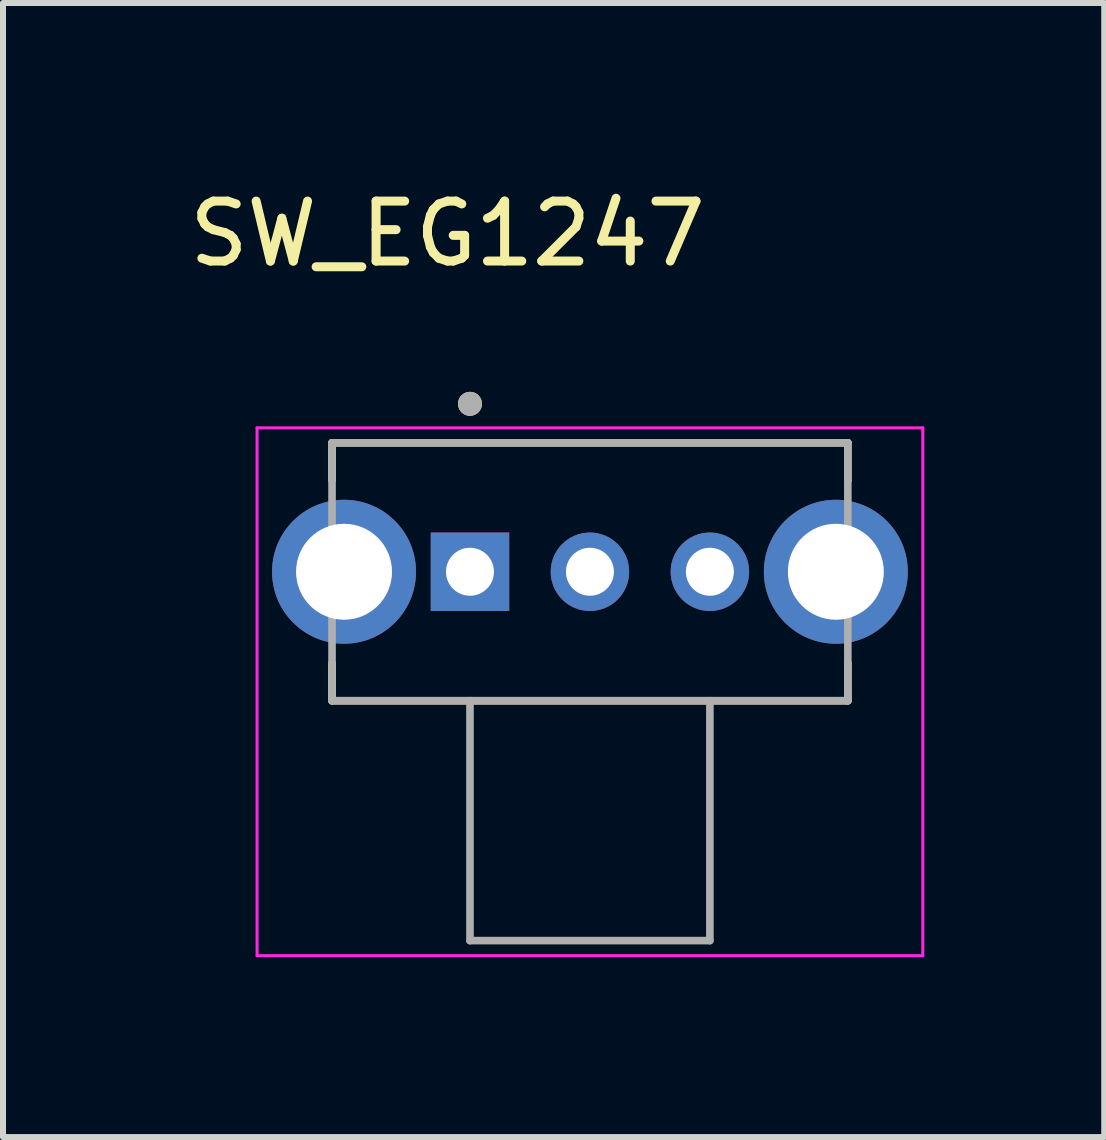
<source format=kicad_pcb>
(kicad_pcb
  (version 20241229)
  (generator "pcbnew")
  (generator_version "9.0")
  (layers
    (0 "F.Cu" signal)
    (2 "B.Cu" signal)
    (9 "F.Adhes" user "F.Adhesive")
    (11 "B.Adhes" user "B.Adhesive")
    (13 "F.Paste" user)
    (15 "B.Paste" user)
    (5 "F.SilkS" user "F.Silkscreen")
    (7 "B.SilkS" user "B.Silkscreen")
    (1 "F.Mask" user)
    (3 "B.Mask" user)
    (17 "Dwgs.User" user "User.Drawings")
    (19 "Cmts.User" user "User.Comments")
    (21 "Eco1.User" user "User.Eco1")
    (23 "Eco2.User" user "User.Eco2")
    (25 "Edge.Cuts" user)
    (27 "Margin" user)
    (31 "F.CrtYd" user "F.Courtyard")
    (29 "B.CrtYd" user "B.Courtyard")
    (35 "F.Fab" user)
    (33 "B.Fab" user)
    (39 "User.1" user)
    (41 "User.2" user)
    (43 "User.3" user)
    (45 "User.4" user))
  (footprint "SW_EG1247"
    (layer "F.Cu")
    (at 6.786 6.483)
    (property "Reference" "SW_EG1247" (at -2.375 -5.635 0) (layer "F.SilkS") (effects (font (size 1 1) (thickness 0.15))))
    (attr through_hole)
    (fp_line (start -4.3 -2.15) (end -4.3 -1.52) (stroke (width 0.127) (type solid)) (layer "F.SilkS"))
    (fp_line (start -4.3 2.15) (end -4.3 1.52) (stroke (width 0.127) (type solid)) (layer "F.SilkS"))
    (fp_line (start -4.3 2.15) (end 4.3 2.15) (stroke (width 0.127) (type solid)) (layer "F.SilkS"))
    (fp_line (start 4.3 -2.15) (end -4.3 -2.15) (stroke (width 0.127) (type solid)) (layer "F.SilkS"))
    (fp_line (start 4.3 -1.52) (end 4.3 -2.15) (stroke (width 0.127) (type solid)) (layer "F.SilkS"))
    (fp_line (start 4.3 2.15) (end 4.3 1.52) (stroke (width 0.127) (type solid)) (layer "F.SilkS"))
    (fp_circle (center -2 -2.8) (end -1.9 -2.8) (stroke (width 0.2) (type solid)) (fill no) (layer "F.SilkS"))
    (fp_line (start -5.55 -2.4) (end -5.55 6.4) (stroke (width 0.05) (type solid)) (layer "F.CrtYd"))
    (fp_line (start -5.55 6.4) (end 5.55 6.4) (stroke (width 0.05) (type solid)) (layer "F.CrtYd"))
    (fp_line (start 5.55 -2.4) (end -5.55 -2.4) (stroke (width 0.05) (type solid)) (layer "F.CrtYd"))
    (fp_line (start 5.55 6.4) (end 5.55 -2.4) (stroke (width 0.05) (type solid)) (layer "F.CrtYd"))
    (fp_line (start -4.3 -2.15) (end -4.3 2.15) (stroke (width 0.127) (type solid)) (layer "F.Fab"))
    (fp_line (start -4.3 2.15) (end -2 2.15) (stroke (width 0.127) (type solid)) (layer "F.Fab"))
    (fp_line (start -2 2.15) (end -2 6.15) (stroke (width 0.127) (type solid)) (layer "F.Fab"))
    (fp_line (start -2 2.15) (end 2 2.15) (stroke (width 0.127) (type solid)) (layer "F.Fab"))
    (fp_line (start -2 6.15) (end 2 6.15) (stroke (width 0.127) (type solid)) (layer "F.Fab"))
    (fp_line (start 2 2.15) (end 4.3 2.15) (stroke (width 0.127) (type solid)) (layer "F.Fab"))
    (fp_line (start 2 6.15) (end 2 2.15) (stroke (width 0.127) (type solid)) (layer "F.Fab"))
    (fp_line (start 4.3 -2.15) (end -4.3 -2.15) (stroke (width 0.127) (type solid)) (layer "F.Fab"))
    (fp_line (start 4.3 2.15) (end 4.3 -2.15) (stroke (width 0.127) (type solid)) (layer "F.Fab"))
    (fp_circle (center -2 -2.8) (end -1.9 -2.8) (stroke (width 0.2) (type solid)) (fill no) (layer "F.Fab"))
    (pad "1" thru_hole rect (at -2 0) (size 1.308 1.308) (drill 0.8) (layers "*.Cu" "*.Mask"))
    (pad "2" thru_hole circle (at 0 0) (size 1.308 1.308) (drill 0.8) (layers "*.Cu" "*.Mask"))
    (pad "3" thru_hole circle (at 2 0) (size 1.308 1.308) (drill 0.8) (layers "*.Cu" "*.Mask"))
    (pad "SH1" thru_hole circle (at -4.1 0) (size 2.4 2.4) (drill 1.6) (layers "*.Cu" "*.Mask"))
    (pad "SH2" thru_hole circle (at 4.1 0) (size 2.4 2.4) (drill 1.6) (layers "*.Cu" "*.Mask")))
  (gr_rect
    (start -3 -3)
    (end 15.361 15.908)
    (stroke (width 0.1) (type default))
    (fill no)
    (layer "Edge.Cuts")))
</source>
